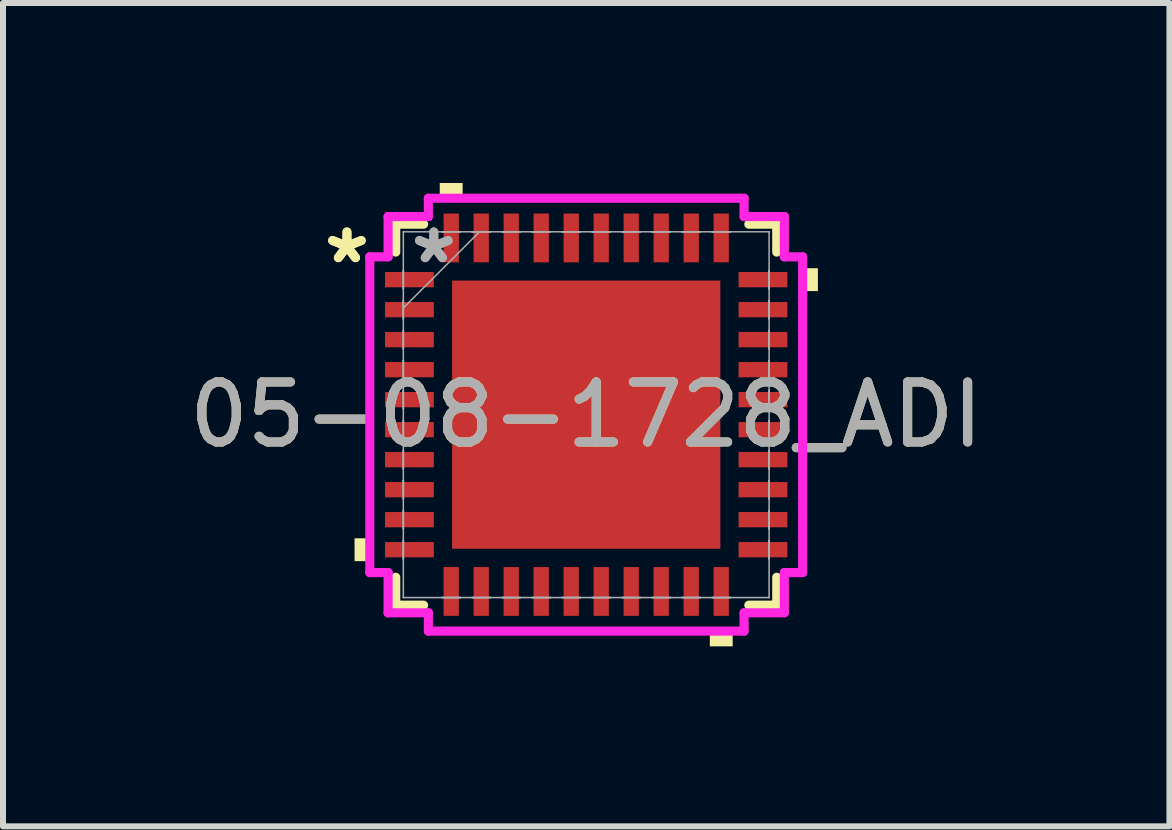
<source format=kicad_pcb>
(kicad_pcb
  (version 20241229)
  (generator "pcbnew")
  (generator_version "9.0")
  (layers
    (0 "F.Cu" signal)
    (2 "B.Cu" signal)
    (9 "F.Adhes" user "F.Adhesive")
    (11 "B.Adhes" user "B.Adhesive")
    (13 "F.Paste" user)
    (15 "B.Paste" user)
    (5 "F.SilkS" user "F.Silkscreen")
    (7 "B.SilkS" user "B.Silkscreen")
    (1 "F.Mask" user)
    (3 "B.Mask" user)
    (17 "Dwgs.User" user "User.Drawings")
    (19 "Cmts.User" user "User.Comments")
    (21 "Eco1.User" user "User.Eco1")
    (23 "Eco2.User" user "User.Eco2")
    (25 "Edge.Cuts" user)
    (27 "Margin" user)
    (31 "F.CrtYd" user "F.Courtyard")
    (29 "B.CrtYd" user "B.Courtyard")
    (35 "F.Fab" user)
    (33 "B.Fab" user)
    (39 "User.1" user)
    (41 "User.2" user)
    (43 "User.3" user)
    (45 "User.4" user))
  (footprint "05-08-1728_ADI"
    (layer "F.Cu")
    (at 6.72 3.861)
    (property "Reference" "05-08-1728_ADI" (at 0 0 0) (unlocked yes) (layer "F.SilkS") (effects (font (size 1 1) (thickness 0.15))))
    (attr smd)
    (fp_line (start -3.175 -3.175) (end -3.175 -2.71) (stroke (width 0.152) (type solid)) (layer "F.SilkS"))
    (fp_line (start -3.175 2.71) (end -3.175 3.175) (stroke (width 0.152) (type solid)) (layer "F.SilkS"))
    (fp_line (start -3.175 3.175) (end -2.71 3.175) (stroke (width 0.152) (type solid)) (layer "F.SilkS"))
    (fp_line (start -2.71 -3.175) (end -3.175 -3.175) (stroke (width 0.152) (type solid)) (layer "F.SilkS"))
    (fp_line (start 2.71 3.175) (end 3.175 3.175) (stroke (width 0.152) (type solid)) (layer "F.SilkS"))
    (fp_line (start 3.175 -3.175) (end 2.71 -3.175) (stroke (width 0.152) (type solid)) (layer "F.SilkS"))
    (fp_line (start 3.175 -2.71) (end 3.175 -3.175) (stroke (width 0.152) (type solid)) (layer "F.SilkS"))
    (fp_line (start 3.175 3.175) (end 3.175 2.71) (stroke (width 0.152) (type solid)) (layer "F.SilkS"))
    (fp_poly (pts (xy -3.861 2.06) (xy -3.861 2.441) (xy -3.607 2.441) (xy -3.607 2.06)) (stroke (width 0) (type solid)) (fill yes) (layer "F.SilkS"))
    (fp_poly (pts (xy -2.441 -3.607) (xy -2.441 -3.861) (xy -2.06 -3.861) (xy -2.06 -3.607)) (stroke (width 0) (type solid)) (fill yes) (layer "F.SilkS"))
    (fp_poly (pts (xy 2.06 3.607) (xy 2.06 3.861) (xy 2.441 3.861) (xy 2.441 3.607)) (stroke (width 0) (type solid)) (fill yes) (layer "F.SilkS"))
    (fp_poly (pts (xy 3.861 -2.441) (xy 3.861 -2.06) (xy 3.607 -2.06) (xy 3.607 -2.441)) (stroke (width 0) (type solid)) (fill yes) (layer "F.SilkS"))
    (fp_poly (pts (xy -2.135 -2.135) (xy -2.135 -0.845) (xy -0.845 -0.845) (xy -0.845 -2.135)) (stroke (width 0) (type solid)) (fill yes) (layer "F.Paste"))
    (fp_poly (pts (xy -2.135 -0.645) (xy -2.135 0.645) (xy -0.845 0.645) (xy -0.845 -0.645)) (stroke (width 0) (type solid)) (fill yes) (layer "F.Paste"))
    (fp_poly (pts (xy -2.135 0.845) (xy -2.135 2.135) (xy -0.845 2.135) (xy -0.845 0.845)) (stroke (width 0) (type solid)) (fill yes) (layer "F.Paste"))
    (fp_poly (pts (xy -0.645 -2.135) (xy -0.645 -0.845) (xy 0.645 -0.845) (xy 0.645 -2.135)) (stroke (width 0) (type solid)) (fill yes) (layer "F.Paste"))
    (fp_poly (pts (xy -0.645 -0.645) (xy -0.645 0.645) (xy 0.645 0.645) (xy 0.645 -0.645)) (stroke (width 0) (type solid)) (fill yes) (layer "F.Paste"))
    (fp_poly (pts (xy -0.645 0.845) (xy -0.645 2.135) (xy 0.645 2.135) (xy 0.645 0.845)) (stroke (width 0) (type solid)) (fill yes) (layer "F.Paste"))
    (fp_poly (pts (xy 0.845 -2.135) (xy 0.845 -0.845) (xy 2.135 -0.845) (xy 2.135 -2.135)) (stroke (width 0) (type solid)) (fill yes) (layer "F.Paste"))
    (fp_poly (pts (xy 0.845 -0.645) (xy 0.845 0.645) (xy 2.135 0.645) (xy 2.135 -0.645)) (stroke (width 0) (type solid)) (fill yes) (layer "F.Paste"))
    (fp_poly (pts (xy 0.845 0.845) (xy 0.845 2.135) (xy 2.135 2.135) (xy 2.135 0.845)) (stroke (width 0) (type solid)) (fill yes) (layer "F.Paste"))
    (fp_line (start -3.607 -2.631) (end -3.302 -2.631) (stroke (width 0.152) (type solid)) (layer "F.CrtYd"))
    (fp_line (start -3.607 2.631) (end -3.607 -2.631) (stroke (width 0.152) (type solid)) (layer "F.CrtYd"))
    (fp_line (start -3.302 -3.302) (end -2.631 -3.302) (stroke (width 0.152) (type solid)) (layer "F.CrtYd"))
    (fp_line (start -3.302 -2.631) (end -3.302 -3.302) (stroke (width 0.152) (type solid)) (layer "F.CrtYd"))
    (fp_line (start -3.302 2.631) (end -3.607 2.631) (stroke (width 0.152) (type solid)) (layer "F.CrtYd"))
    (fp_line (start -3.302 3.302) (end -3.302 2.631) (stroke (width 0.152) (type solid)) (layer "F.CrtYd"))
    (fp_line (start -2.631 -3.607) (end 2.631 -3.607) (stroke (width 0.152) (type solid)) (layer "F.CrtYd"))
    (fp_line (start -2.631 -3.302) (end -2.631 -3.607) (stroke (width 0.152) (type solid)) (layer "F.CrtYd"))
    (fp_line (start -2.631 3.302) (end -3.302 3.302) (stroke (width 0.152) (type solid)) (layer "F.CrtYd"))
    (fp_line (start -2.631 3.607) (end -2.631 3.302) (stroke (width 0.152) (type solid)) (layer "F.CrtYd"))
    (fp_line (start 2.631 -3.607) (end 2.631 -3.302) (stroke (width 0.152) (type solid)) (layer "F.CrtYd"))
    (fp_line (start 2.631 -3.302) (end 3.302 -3.302) (stroke (width 0.152) (type solid)) (layer "F.CrtYd"))
    (fp_line (start 2.631 3.302) (end 2.631 3.607) (stroke (width 0.152) (type solid)) (layer "F.CrtYd"))
    (fp_line (start 2.631 3.607) (end -2.631 3.607) (stroke (width 0.152) (type solid)) (layer "F.CrtYd"))
    (fp_line (start 3.302 -3.302) (end 3.302 -2.631) (stroke (width 0.152) (type solid)) (layer "F.CrtYd"))
    (fp_line (start 3.302 -2.631) (end 3.607 -2.631) (stroke (width 0.152) (type solid)) (layer "F.CrtYd"))
    (fp_line (start 3.302 2.631) (end 3.302 3.302) (stroke (width 0.152) (type solid)) (layer "F.CrtYd"))
    (fp_line (start 3.302 3.302) (end 2.631 3.302) (stroke (width 0.152) (type solid)) (layer "F.CrtYd"))
    (fp_line (start 3.607 -2.631) (end 3.607 2.631) (stroke (width 0.152) (type solid)) (layer "F.CrtYd"))
    (fp_line (start 3.607 2.631) (end 3.302 2.631) (stroke (width 0.152) (type solid)) (layer "F.CrtYd"))
    (fp_line (start -3.048 -3.048) (end -3.048 -3.048) (stroke (width 0.025) (type solid)) (layer "F.Fab"))
    (fp_line (start -3.048 -3.048) (end -3.048 3.048) (stroke (width 0.025) (type solid)) (layer "F.Fab"))
    (fp_line (start -3.048 -2.402) (end -3.048 -2.402) (stroke (width 0.025) (type solid)) (layer "F.Fab"))
    (fp_line (start -3.048 -2.402) (end -3.048 -2.098) (stroke (width 0.025) (type solid)) (layer "F.Fab"))
    (fp_line (start -3.048 -2.098) (end -3.048 -2.402) (stroke (width 0.025) (type solid)) (layer "F.Fab"))
    (fp_line (start -3.048 -2.098) (end -3.048 -2.098) (stroke (width 0.025) (type solid)) (layer "F.Fab"))
    (fp_line (start -3.048 -1.902) (end -3.048 -1.902) (stroke (width 0.025) (type solid)) (layer "F.Fab"))
    (fp_line (start -3.048 -1.902) (end -3.048 -1.598) (stroke (width 0.025) (type solid)) (layer "F.Fab"))
    (fp_line (start -3.048 -1.778) (end -1.778 -3.048) (stroke (width 0.025) (type solid)) (layer "F.Fab"))
    (fp_line (start -3.048 -1.598) (end -3.048 -1.902) (stroke (width 0.025) (type solid)) (layer "F.Fab"))
    (fp_line (start -3.048 -1.598) (end -3.048 -1.598) (stroke (width 0.025) (type solid)) (layer "F.Fab"))
    (fp_line (start -3.048 -1.402) (end -3.048 -1.402) (stroke (width 0.025) (type solid)) (layer "F.Fab"))
    (fp_line (start -3.048 -1.402) (end -3.048 -1.098) (stroke (width 0.025) (type solid)) (layer "F.Fab"))
    (fp_line (start -3.048 -1.098) (end -3.048 -1.402) (stroke (width 0.025) (type solid)) (layer "F.Fab"))
    (fp_line (start -3.048 -1.098) (end -3.048 -1.098) (stroke (width 0.025) (type solid)) (layer "F.Fab"))
    (fp_line (start -3.048 -0.902) (end -3.048 -0.902) (stroke (width 0.025) (type solid)) (layer "F.Fab"))
    (fp_line (start -3.048 -0.902) (end -3.048 -0.598) (stroke (width 0.025) (type solid)) (layer "F.Fab"))
    (fp_line (start -3.048 -0.598) (end -3.048 -0.902) (stroke (width 0.025) (type solid)) (layer "F.Fab"))
    (fp_line (start -3.048 -0.598) (end -3.048 -0.598) (stroke (width 0.025) (type solid)) (layer "F.Fab"))
    (fp_line (start -3.048 -0.402) (end -3.048 -0.402) (stroke (width 0.025) (type solid)) (layer "F.Fab"))
    (fp_line (start -3.048 -0.402) (end -3.048 -0.098) (stroke (width 0.025) (type solid)) (layer "F.Fab"))
    (fp_line (start -3.048 -0.098) (end -3.048 -0.402) (stroke (width 0.025) (type solid)) (layer "F.Fab"))
    (fp_line (start -3.048 -0.098) (end -3.048 -0.098) (stroke (width 0.025) (type solid)) (layer "F.Fab"))
    (fp_line (start -3.048 0.098) (end -3.048 0.098) (stroke (width 0.025) (type solid)) (layer "F.Fab"))
    (fp_line (start -3.048 0.098) (end -3.048 0.402) (stroke (width 0.025) (type solid)) (layer "F.Fab"))
    (fp_line (start -3.048 0.402) (end -3.048 0.098) (stroke (width 0.025) (type solid)) (layer "F.Fab"))
    (fp_line (start -3.048 0.402) (end -3.048 0.402) (stroke (width 0.025) (type solid)) (layer "F.Fab"))
    (fp_line (start -3.048 0.598) (end -3.048 0.598) (stroke (width 0.025) (type solid)) (layer "F.Fab"))
    (fp_line (start -3.048 0.598) (end -3.048 0.902) (stroke (width 0.025) (type solid)) (layer "F.Fab"))
    (fp_line (start -3.048 0.902) (end -3.048 0.598) (stroke (width 0.025) (type solid)) (layer "F.Fab"))
    (fp_line (start -3.048 0.902) (end -3.048 0.902) (stroke (width 0.025) (type solid)) (layer "F.Fab"))
    (fp_line (start -3.048 1.098) (end -3.048 1.098) (stroke (width 0.025) (type solid)) (layer "F.Fab"))
    (fp_line (start -3.048 1.098) (end -3.048 1.402) (stroke (width 0.025) (type solid)) (layer "F.Fab"))
    (fp_line (start -3.048 1.402) (end -3.048 1.098) (stroke (width 0.025) (type solid)) (layer "F.Fab"))
    (fp_line (start -3.048 1.402) (end -3.048 1.402) (stroke (width 0.025) (type solid)) (layer "F.Fab"))
    (fp_line (start -3.048 1.598) (end -3.048 1.598) (stroke (width 0.025) (type solid)) (layer "F.Fab"))
    (fp_line (start -3.048 1.598) (end -3.048 1.902) (stroke (width 0.025) (type solid)) (layer "F.Fab"))
    (fp_line (start -3.048 1.902) (end -3.048 1.598) (stroke (width 0.025) (type solid)) (layer "F.Fab"))
    (fp_line (start -3.048 1.902) (end -3.048 1.902) (stroke (width 0.025) (type solid)) (layer "F.Fab"))
    (fp_line (start -3.048 2.098) (end -3.048 2.098) (stroke (width 0.025) (type solid)) (layer "F.Fab"))
    (fp_line (start -3.048 2.098) (end -3.048 2.402) (stroke (width 0.025) (type solid)) (layer "F.Fab"))
    (fp_line (start -3.048 2.402) (end -3.048 2.098) (stroke (width 0.025) (type solid)) (layer "F.Fab"))
    (fp_line (start -3.048 2.402) (end -3.048 2.402) (stroke (width 0.025) (type solid)) (layer "F.Fab"))
    (fp_line (start -3.048 3.048) (end -3.048 3.048) (stroke (width 0.025) (type solid)) (layer "F.Fab"))
    (fp_line (start -3.048 3.048) (end 3.048 3.048) (stroke (width 0.025) (type solid)) (layer "F.Fab"))
    (fp_line (start -2.402 -3.048) (end -2.402 -3.048) (stroke (width 0.025) (type solid)) (layer "F.Fab"))
    (fp_line (start -2.402 -3.048) (end -2.098 -3.048) (stroke (width 0.025) (type solid)) (layer "F.Fab"))
    (fp_line (start -2.402 3.048) (end -2.402 3.048) (stroke (width 0.025) (type solid)) (layer "F.Fab"))
    (fp_line (start -2.402 3.048) (end -2.098 3.048) (stroke (width 0.025) (type solid)) (layer "F.Fab"))
    (fp_line (start -2.098 -3.048) (end -2.402 -3.048) (stroke (width 0.025) (type solid)) (layer "F.Fab"))
    (fp_line (start -2.098 -3.048) (end -2.098 -3.048) (stroke (width 0.025) (type solid)) (layer "F.Fab"))
    (fp_line (start -2.098 3.048) (end -2.402 3.048) (stroke (width 0.025) (type solid)) (layer "F.Fab"))
    (fp_line (start -2.098 3.048) (end -2.098 3.048) (stroke (width 0.025) (type solid)) (layer "F.Fab"))
    (fp_line (start -1.902 -3.048) (end -1.902 -3.048) (stroke (width 0.025) (type solid)) (layer "F.Fab"))
    (fp_line (start -1.902 -3.048) (end -1.598 -3.048) (stroke (width 0.025) (type solid)) (layer "F.Fab"))
    (fp_line (start -1.902 3.048) (end -1.902 3.048) (stroke (width 0.025) (type solid)) (layer "F.Fab"))
    (fp_line (start -1.902 3.048) (end -1.598 3.048) (stroke (width 0.025) (type solid)) (layer "F.Fab"))
    (fp_line (start -1.598 -3.048) (end -1.902 -3.048) (stroke (width 0.025) (type solid)) (layer "F.Fab"))
    (fp_line (start -1.598 -3.048) (end -1.598 -3.048) (stroke (width 0.025) (type solid)) (layer "F.Fab"))
    (fp_line (start -1.598 3.048) (end -1.902 3.048) (stroke (width 0.025) (type solid)) (layer "F.Fab"))
    (fp_line (start -1.598 3.048) (end -1.598 3.048) (stroke (width 0.025) (type solid)) (layer "F.Fab"))
    (fp_line (start -1.402 -3.048) (end -1.402 -3.048) (stroke (width 0.025) (type solid)) (layer "F.Fab"))
    (fp_line (start -1.402 -3.048) (end -1.098 -3.048) (stroke (width 0.025) (type solid)) (layer "F.Fab"))
    (fp_line (start -1.402 3.048) (end -1.402 3.048) (stroke (width 0.025) (type solid)) (layer "F.Fab"))
    (fp_line (start -1.402 3.048) (end -1.098 3.048) (stroke (width 0.025) (type solid)) (layer "F.Fab"))
    (fp_line (start -1.098 -3.048) (end -1.402 -3.048) (stroke (width 0.025) (type solid)) (layer "F.Fab"))
    (fp_line (start -1.098 -3.048) (end -1.098 -3.048) (stroke (width 0.025) (type solid)) (layer "F.Fab"))
    (fp_line (start -1.098 3.048) (end -1.402 3.048) (stroke (width 0.025) (type solid)) (layer "F.Fab"))
    (fp_line (start -1.098 3.048) (end -1.098 3.048) (stroke (width 0.025) (type solid)) (layer "F.Fab"))
    (fp_line (start -0.902 -3.048) (end -0.902 -3.048) (stroke (width 0.025) (type solid)) (layer "F.Fab"))
    (fp_line (start -0.902 -3.048) (end -0.598 -3.048) (stroke (width 0.025) (type solid)) (layer "F.Fab"))
    (fp_line (start -0.902 3.048) (end -0.902 3.048) (stroke (width 0.025) (type solid)) (layer "F.Fab"))
    (fp_line (start -0.902 3.048) (end -0.598 3.048) (stroke (width 0.025) (type solid)) (layer "F.Fab"))
    (fp_line (start -0.598 -3.048) (end -0.902 -3.048) (stroke (width 0.025) (type solid)) (layer "F.Fab"))
    (fp_line (start -0.598 -3.048) (end -0.598 -3.048) (stroke (width 0.025) (type solid)) (layer "F.Fab"))
    (fp_line (start -0.598 3.048) (end -0.902 3.048) (stroke (width 0.025) (type solid)) (layer "F.Fab"))
    (fp_line (start -0.598 3.048) (end -0.598 3.048) (stroke (width 0.025) (type solid)) (layer "F.Fab"))
    (fp_line (start -0.402 -3.048) (end -0.402 -3.048) (stroke (width 0.025) (type solid)) (layer "F.Fab"))
    (fp_line (start -0.402 -3.048) (end -0.098 -3.048) (stroke (width 0.025) (type solid)) (layer "F.Fab"))
    (fp_line (start -0.402 3.048) (end -0.402 3.048) (stroke (width 0.025) (type solid)) (layer "F.Fab"))
    (fp_line (start -0.402 3.048) (end -0.098 3.048) (stroke (width 0.025) (type solid)) (layer "F.Fab"))
    (fp_line (start -0.098 -3.048) (end -0.402 -3.048) (stroke (width 0.025) (type solid)) (layer "F.Fab"))
    (fp_line (start -0.098 -3.048) (end -0.098 -3.048) (stroke (width 0.025) (type solid)) (layer "F.Fab"))
    (fp_line (start -0.098 3.048) (end -0.402 3.048) (stroke (width 0.025) (type solid)) (layer "F.Fab"))
    (fp_line (start -0.098 3.048) (end -0.098 3.048) (stroke (width 0.025) (type solid)) (layer "F.Fab"))
    (fp_line (start 0.098 -3.048) (end 0.098 -3.048) (stroke (width 0.025) (type solid)) (layer "F.Fab"))
    (fp_line (start 0.098 -3.048) (end 0.402 -3.048) (stroke (width 0.025) (type solid)) (layer "F.Fab"))
    (fp_line (start 0.098 3.048) (end 0.098 3.048) (stroke (width 0.025) (type solid)) (layer "F.Fab"))
    (fp_line (start 0.098 3.048) (end 0.402 3.048) (stroke (width 0.025) (type solid)) (layer "F.Fab"))
    (fp_line (start 0.402 -3.048) (end 0.098 -3.048) (stroke (width 0.025) (type solid)) (layer "F.Fab"))
    (fp_line (start 0.402 -3.048) (end 0.402 -3.048) (stroke (width 0.025) (type solid)) (layer "F.Fab"))
    (fp_line (start 0.402 3.048) (end 0.098 3.048) (stroke (width 0.025) (type solid)) (layer "F.Fab"))
    (fp_line (start 0.402 3.048) (end 0.402 3.048) (stroke (width 0.025) (type solid)) (layer "F.Fab"))
    (fp_line (start 0.598 -3.048) (end 0.598 -3.048) (stroke (width 0.025) (type solid)) (layer "F.Fab"))
    (fp_line (start 0.598 -3.048) (end 0.902 -3.048) (stroke (width 0.025) (type solid)) (layer "F.Fab"))
    (fp_line (start 0.598 3.048) (end 0.598 3.048) (stroke (width 0.025) (type solid)) (layer "F.Fab"))
    (fp_line (start 0.598 3.048) (end 0.902 3.048) (stroke (width 0.025) (type solid)) (layer "F.Fab"))
    (fp_line (start 0.902 -3.048) (end 0.598 -3.048) (stroke (width 0.025) (type solid)) (layer "F.Fab"))
    (fp_line (start 0.902 -3.048) (end 0.902 -3.048) (stroke (width 0.025) (type solid)) (layer "F.Fab"))
    (fp_line (start 0.902 3.048) (end 0.598 3.048) (stroke (width 0.025) (type solid)) (layer "F.Fab"))
    (fp_line (start 0.902 3.048) (end 0.902 3.048) (stroke (width 0.025) (type solid)) (layer "F.Fab"))
    (fp_line (start 1.098 -3.048) (end 1.098 -3.048) (stroke (width 0.025) (type solid)) (layer "F.Fab"))
    (fp_line (start 1.098 -3.048) (end 1.402 -3.048) (stroke (width 0.025) (type solid)) (layer "F.Fab"))
    (fp_line (start 1.098 3.048) (end 1.098 3.048) (stroke (width 0.025) (type solid)) (layer "F.Fab"))
    (fp_line (start 1.098 3.048) (end 1.402 3.048) (stroke (width 0.025) (type solid)) (layer "F.Fab"))
    (fp_line (start 1.402 -3.048) (end 1.098 -3.048) (stroke (width 0.025) (type solid)) (layer "F.Fab"))
    (fp_line (start 1.402 -3.048) (end 1.402 -3.048) (stroke (width 0.025) (type solid)) (layer "F.Fab"))
    (fp_line (start 1.402 3.048) (end 1.098 3.048) (stroke (width 0.025) (type solid)) (layer "F.Fab"))
    (fp_line (start 1.402 3.048) (end 1.402 3.048) (stroke (width 0.025) (type solid)) (layer "F.Fab"))
    (fp_line (start 1.598 -3.048) (end 1.598 -3.048) (stroke (width 0.025) (type solid)) (layer "F.Fab"))
    (fp_line (start 1.598 -3.048) (end 1.902 -3.048) (stroke (width 0.025) (type solid)) (layer "F.Fab"))
    (fp_line (start 1.598 3.048) (end 1.598 3.048) (stroke (width 0.025) (type solid)) (layer "F.Fab"))
    (fp_line (start 1.598 3.048) (end 1.902 3.048) (stroke (width 0.025) (type solid)) (layer "F.Fab"))
    (fp_line (start 1.902 -3.048) (end 1.598 -3.048) (stroke (width 0.025) (type solid)) (layer "F.Fab"))
    (fp_line (start 1.902 -3.048) (end 1.902 -3.048) (stroke (width 0.025) (type solid)) (layer "F.Fab"))
    (fp_line (start 1.902 3.048) (end 1.598 3.048) (stroke (width 0.025) (type solid)) (layer "F.Fab"))
    (fp_line (start 1.902 3.048) (end 1.902 3.048) (stroke (width 0.025) (type solid)) (layer "F.Fab"))
    (fp_line (start 2.098 -3.048) (end 2.098 -3.048) (stroke (width 0.025) (type solid)) (layer "F.Fab"))
    (fp_line (start 2.098 -3.048) (end 2.402 -3.048) (stroke (width 0.025) (type solid)) (layer "F.Fab"))
    (fp_line (start 2.098 3.048) (end 2.098 3.048) (stroke (width 0.025) (type solid)) (layer "F.Fab"))
    (fp_line (start 2.098 3.048) (end 2.402 3.048) (stroke (width 0.025) (type solid)) (layer "F.Fab"))
    (fp_line (start 2.402 -3.048) (end 2.098 -3.048) (stroke (width 0.025) (type solid)) (layer "F.Fab"))
    (fp_line (start 2.402 -3.048) (end 2.402 -3.048) (stroke (width 0.025) (type solid)) (layer "F.Fab"))
    (fp_line (start 2.402 3.048) (end 2.098 3.048) (stroke (width 0.025) (type solid)) (layer "F.Fab"))
    (fp_line (start 2.402 3.048) (end 2.402 3.048) (stroke (width 0.025) (type solid)) (layer "F.Fab"))
    (fp_line (start 3.048 -3.048) (end -3.048 -3.048) (stroke (width 0.025) (type solid)) (layer "F.Fab"))
    (fp_line (start 3.048 -3.048) (end 3.048 -3.048) (stroke (width 0.025) (type solid)) (layer "F.Fab"))
    (fp_line (start 3.048 -2.402) (end 3.048 -2.402) (stroke (width 0.025) (type solid)) (layer "F.Fab"))
    (fp_line (start 3.048 -2.402) (end 3.048 -2.098) (stroke (width 0.025) (type solid)) (layer "F.Fab"))
    (fp_line (start 3.048 -2.098) (end 3.048 -2.402) (stroke (width 0.025) (type solid)) (layer "F.Fab"))
    (fp_line (start 3.048 -2.098) (end 3.048 -2.098) (stroke (width 0.025) (type solid)) (layer "F.Fab"))
    (fp_line (start 3.048 -1.902) (end 3.048 -1.902) (stroke (width 0.025) (type solid)) (layer "F.Fab"))
    (fp_line (start 3.048 -1.902) (end 3.048 -1.598) (stroke (width 0.025) (type solid)) (layer "F.Fab"))
    (fp_line (start 3.048 -1.598) (end 3.048 -1.902) (stroke (width 0.025) (type solid)) (layer "F.Fab"))
    (fp_line (start 3.048 -1.598) (end 3.048 -1.598) (stroke (width 0.025) (type solid)) (layer "F.Fab"))
    (fp_line (start 3.048 -1.402) (end 3.048 -1.402) (stroke (width 0.025) (type solid)) (layer "F.Fab"))
    (fp_line (start 3.048 -1.402) (end 3.048 -1.098) (stroke (width 0.025) (type solid)) (layer "F.Fab"))
    (fp_line (start 3.048 -1.098) (end 3.048 -1.402) (stroke (width 0.025) (type solid)) (layer "F.Fab"))
    (fp_line (start 3.048 -1.098) (end 3.048 -1.098) (stroke (width 0.025) (type solid)) (layer "F.Fab"))
    (fp_line (start 3.048 -0.902) (end 3.048 -0.902) (stroke (width 0.025) (type solid)) (layer "F.Fab"))
    (fp_line (start 3.048 -0.902) (end 3.048 -0.598) (stroke (width 0.025) (type solid)) (layer "F.Fab"))
    (fp_line (start 3.048 -0.598) (end 3.048 -0.902) (stroke (width 0.025) (type solid)) (layer "F.Fab"))
    (fp_line (start 3.048 -0.598) (end 3.048 -0.598) (stroke (width 0.025) (type solid)) (layer "F.Fab"))
    (fp_line (start 3.048 -0.402) (end 3.048 -0.402) (stroke (width 0.025) (type solid)) (layer "F.Fab"))
    (fp_line (start 3.048 -0.402) (end 3.048 -0.098) (stroke (width 0.025) (type solid)) (layer "F.Fab"))
    (fp_line (start 3.048 -0.098) (end 3.048 -0.402) (stroke (width 0.025) (type solid)) (layer "F.Fab"))
    (fp_line (start 3.048 -0.098) (end 3.048 -0.098) (stroke (width 0.025) (type solid)) (layer "F.Fab"))
    (fp_line (start 3.048 0.098) (end 3.048 0.098) (stroke (width 0.025) (type solid)) (layer "F.Fab"))
    (fp_line (start 3.048 0.098) (end 3.048 0.402) (stroke (width 0.025) (type solid)) (layer "F.Fab"))
    (fp_line (start 3.048 0.402) (end 3.048 0.098) (stroke (width 0.025) (type solid)) (layer "F.Fab"))
    (fp_line (start 3.048 0.402) (end 3.048 0.402) (stroke (width 0.025) (type solid)) (layer "F.Fab"))
    (fp_line (start 3.048 0.598) (end 3.048 0.598) (stroke (width 0.025) (type solid)) (layer "F.Fab"))
    (fp_line (start 3.048 0.598) (end 3.048 0.902) (stroke (width 0.025) (type solid)) (layer "F.Fab"))
    (fp_line (start 3.048 0.902) (end 3.048 0.598) (stroke (width 0.025) (type solid)) (layer "F.Fab"))
    (fp_line (start 3.048 0.902) (end 3.048 0.902) (stroke (width 0.025) (type solid)) (layer "F.Fab"))
    (fp_line (start 3.048 1.098) (end 3.048 1.098) (stroke (width 0.025) (type solid)) (layer "F.Fab"))
    (fp_line (start 3.048 1.098) (end 3.048 1.402) (stroke (width 0.025) (type solid)) (layer "F.Fab"))
    (fp_line (start 3.048 1.402) (end 3.048 1.098) (stroke (width 0.025) (type solid)) (layer "F.Fab"))
    (fp_line (start 3.048 1.402) (end 3.048 1.402) (stroke (width 0.025) (type solid)) (layer "F.Fab"))
    (fp_line (start 3.048 1.598) (end 3.048 1.598) (stroke (width 0.025) (type solid)) (layer "F.Fab"))
    (fp_line (start 3.048 1.598) (end 3.048 1.902) (stroke (width 0.025) (type solid)) (layer "F.Fab"))
    (fp_line (start 3.048 1.902) (end 3.048 1.598) (stroke (width 0.025) (type solid)) (layer "F.Fab"))
    (fp_line (start 3.048 1.902) (end 3.048 1.902) (stroke (width 0.025) (type solid)) (layer "F.Fab"))
    (fp_line (start 3.048 2.098) (end 3.048 2.098) (stroke (width 0.025) (type solid)) (layer "F.Fab"))
    (fp_line (start 3.048 2.098) (end 3.048 2.402) (stroke (width 0.025) (type solid)) (layer "F.Fab"))
    (fp_line (start 3.048 2.402) (end 3.048 2.098) (stroke (width 0.025) (type solid)) (layer "F.Fab"))
    (fp_line (start 3.048 2.402) (end 3.048 2.402) (stroke (width 0.025) (type solid)) (layer "F.Fab"))
    (fp_line (start 3.048 3.048) (end 3.048 -3.048) (stroke (width 0.025) (type solid)) (layer "F.Fab"))
    (fp_line (start 3.048 3.048) (end 3.048 3.048) (stroke (width 0.025) (type solid)) (layer "F.Fab"))
    (fp_text user "*" (at -3.988 -2.5 0) (layer "F.SilkS") (effects (font (size 1 1) (thickness 0.15))))
    (fp_text user "*" (at -3.988 -2.5 0) (unlocked yes) (layer "F.SilkS") (effects (font (size 1 1) (thickness 0.15))))
    (fp_text user "*" (at -2.54 -2.5 0) (unlocked yes) (layer "F.Fab") (effects (font (size 1 1) (thickness 0.15))))
    (fp_text user "*" (at -2.54 -2.5 0) (layer "F.Fab") (effects (font (size 1 1) (thickness 0.15))))
    (fp_text user "${REFERENCE}" (at 0 0 0) (unlocked yes) (layer "F.Fab") (effects (font (size 1 1) (thickness 0.15))))
    (pad "1" smd rect (at -2.946 -2.25 90) (size 0.254 0.813) (layers "F.Cu" "F.Mask" "F.Paste"))
    (pad "2" smd rect (at -2.946 -1.75 90) (size 0.254 0.813) (layers "F.Cu" "F.Mask" "F.Paste"))
    (pad "3" smd rect (at -2.946 -1.25 90) (size 0.254 0.813) (layers "F.Cu" "F.Mask" "F.Paste"))
    (pad "4" smd rect (at -2.946 -0.75 90) (size 0.254 0.813) (layers "F.Cu" "F.Mask" "F.Paste"))
    (pad "5" smd rect (at -2.946 -0.25 90) (size 0.254 0.813) (layers "F.Cu" "F.Mask" "F.Paste"))
    (pad "6" smd rect (at -2.946 0.25 90) (size 0.254 0.813) (layers "F.Cu" "F.Mask" "F.Paste"))
    (pad "7" smd rect (at -2.946 0.75 90) (size 0.254 0.813) (layers "F.Cu" "F.Mask" "F.Paste"))
    (pad "8" smd rect (at -2.946 1.25 90) (size 0.254 0.813) (layers "F.Cu" "F.Mask" "F.Paste"))
    (pad "9" smd rect (at -2.946 1.75 90) (size 0.254 0.813) (layers "F.Cu" "F.Mask" "F.Paste"))
    (pad "10" smd rect (at -2.946 2.25 90) (size 0.254 0.813) (layers "F.Cu" "F.Mask" "F.Paste"))
    (pad "11" smd rect (at -2.25 2.946) (size 0.254 0.813) (layers "F.Cu" "F.Mask" "F.Paste"))
    (pad "12" smd rect (at -1.75 2.946) (size 0.254 0.813) (layers "F.Cu" "F.Mask" "F.Paste"))
    (pad "13" smd rect (at -1.25 2.946) (size 0.254 0.813) (layers "F.Cu" "F.Mask" "F.Paste"))
    (pad "14" smd rect (at -0.75 2.946) (size 0.254 0.813) (layers "F.Cu" "F.Mask" "F.Paste"))
    (pad "15" smd rect (at -0.25 2.946) (size 0.254 0.813) (layers "F.Cu" "F.Mask" "F.Paste"))
    (pad "16" smd rect (at 0.25 2.946) (size 0.254 0.813) (layers "F.Cu" "F.Mask" "F.Paste"))
    (pad "17" smd rect (at 0.75 2.946) (size 0.254 0.813) (layers "F.Cu" "F.Mask" "F.Paste"))
    (pad "18" smd rect (at 1.25 2.946) (size 0.254 0.813) (layers "F.Cu" "F.Mask" "F.Paste"))
    (pad "19" smd rect (at 1.75 2.946) (size 0.254 0.813) (layers "F.Cu" "F.Mask" "F.Paste"))
    (pad "20" smd rect (at 2.25 2.946) (size 0.254 0.813) (layers "F.Cu" "F.Mask" "F.Paste"))
    (pad "21" smd rect (at 2.946 2.25 90) (size 0.254 0.813) (layers "F.Cu" "F.Mask" "F.Paste"))
    (pad "22" smd rect (at 2.946 1.75 90) (size 0.254 0.813) (layers "F.Cu" "F.Mask" "F.Paste"))
    (pad "23" smd rect (at 2.946 1.25 90) (size 0.254 0.813) (layers "F.Cu" "F.Mask" "F.Paste"))
    (pad "24" smd rect (at 2.946 0.75 90) (size 0.254 0.813) (layers "F.Cu" "F.Mask" "F.Paste"))
    (pad "25" smd rect (at 2.946 0.25 90) (size 0.254 0.813) (layers "F.Cu" "F.Mask" "F.Paste"))
    (pad "26" smd rect (at 2.946 -0.25 90) (size 0.254 0.813) (layers "F.Cu" "F.Mask" "F.Paste"))
    (pad "27" smd rect (at 2.946 -0.75 90) (size 0.254 0.813) (layers "F.Cu" "F.Mask" "F.Paste"))
    (pad "28" smd rect (at 2.946 -1.25 90) (size 0.254 0.813) (layers "F.Cu" "F.Mask" "F.Paste"))
    (pad "29" smd rect (at 2.946 -1.75 90) (size 0.254 0.813) (layers "F.Cu" "F.Mask" "F.Paste"))
    (pad "30" smd rect (at 2.946 -2.25 90) (size 0.254 0.813) (layers "F.Cu" "F.Mask" "F.Paste"))
    (pad "31" smd rect (at 2.25 -2.946) (size 0.254 0.813) (layers "F.Cu" "F.Mask" "F.Paste"))
    (pad "32" smd rect (at 1.75 -2.946) (size 0.254 0.813) (layers "F.Cu" "F.Mask" "F.Paste"))
    (pad "33" smd rect (at 1.25 -2.946) (size 0.254 0.813) (layers "F.Cu" "F.Mask" "F.Paste"))
    (pad "34" smd rect (at 0.75 -2.946) (size 0.254 0.813) (layers "F.Cu" "F.Mask" "F.Paste"))
    (pad "35" smd rect (at 0.25 -2.946) (size 0.254 0.813) (layers "F.Cu" "F.Mask" "F.Paste"))
    (pad "36" smd rect (at -0.25 -2.946) (size 0.254 0.813) (layers "F.Cu" "F.Mask" "F.Paste"))
    (pad "37" smd rect (at -0.75 -2.946) (size 0.254 0.813) (layers "F.Cu" "F.Mask" "F.Paste"))
    (pad "38" smd rect (at -1.25 -2.946) (size 0.254 0.813) (layers "F.Cu" "F.Mask" "F.Paste"))
    (pad "39" smd rect (at -1.75 -2.946) (size 0.254 0.813) (layers "F.Cu" "F.Mask" "F.Paste"))
    (pad "40" smd rect (at -2.25 -2.946) (size 0.254 0.813) (layers "F.Cu" "F.Mask" "F.Paste"))
    (pad "41" smd rect (at 0 0) (size 4.47 4.47) (layers "F.Cu" "F.Mask")))
  (gr_rect
    (start -3 -3)
    (end 16.44 10.722)
    (stroke (width 0.1) (type default))
    (fill no)
    (layer "Edge.Cuts")))
</source>
